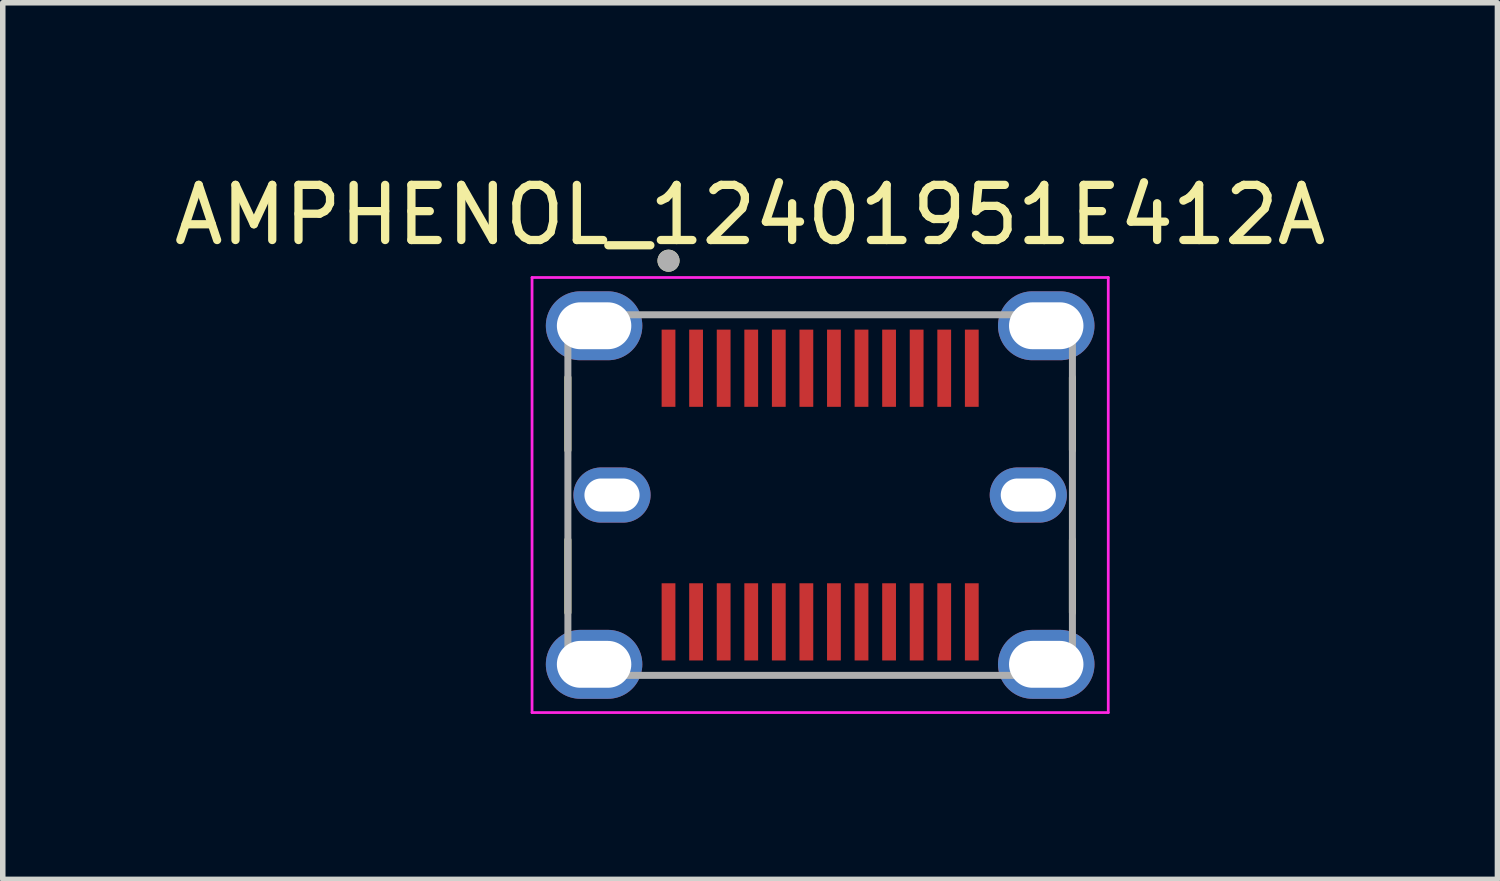
<source format=kicad_pcb>
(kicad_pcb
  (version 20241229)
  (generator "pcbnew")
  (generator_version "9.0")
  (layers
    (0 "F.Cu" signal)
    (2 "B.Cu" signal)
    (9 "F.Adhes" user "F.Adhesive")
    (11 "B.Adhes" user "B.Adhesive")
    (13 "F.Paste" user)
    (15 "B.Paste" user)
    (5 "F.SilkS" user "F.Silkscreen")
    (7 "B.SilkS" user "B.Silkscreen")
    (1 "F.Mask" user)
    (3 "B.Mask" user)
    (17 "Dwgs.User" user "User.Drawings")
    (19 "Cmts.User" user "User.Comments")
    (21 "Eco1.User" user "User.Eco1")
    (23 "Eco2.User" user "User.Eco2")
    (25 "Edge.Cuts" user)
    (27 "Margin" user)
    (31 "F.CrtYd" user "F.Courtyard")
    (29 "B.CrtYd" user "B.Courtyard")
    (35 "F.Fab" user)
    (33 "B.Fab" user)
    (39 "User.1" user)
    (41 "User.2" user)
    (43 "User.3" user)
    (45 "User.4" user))
  (footprint "AMPHENOL_12401951E412A"
    (layer "F.Cu")
    (at 11.824 5.928)
    (property "Reference" "AMPHENOL_12401951E412A" (at -1.27 -5.08 0) (layer "F.SilkS") (effects (font (size 1 1) (thickness 0.15))))
    (attr smd)
    (fp_line (start -4.575 -0.814) (end -4.575 -2.131) (stroke (width 0.127) (type solid)) (layer "F.SilkS"))
    (fp_line (start -4.575 0.814) (end -4.575 2.131) (stroke (width 0.127) (type solid)) (layer "F.SilkS"))
    (fp_line (start 4.575 -0.814) (end 4.575 -2.131) (stroke (width 0.127) (type solid)) (layer "F.SilkS"))
    (fp_line (start 4.575 0.814) (end 4.575 2.131) (stroke (width 0.127) (type solid)) (layer "F.SilkS"))
    (fp_circle (center -2.75 -4.25) (end -2.65 -4.25) (stroke (width 0.2) (type solid)) (fill no) (layer "F.SilkS"))
    (fp_line (start -5.225 -3.945) (end -5.225 3.945) (stroke (width 0.05) (type solid)) (layer "F.CrtYd"))
    (fp_line (start -5.225 3.945) (end 5.225 3.945) (stroke (width 0.05) (type solid)) (layer "F.CrtYd"))
    (fp_line (start 5.225 -3.945) (end -5.225 -3.945) (stroke (width 0.05) (type solid)) (layer "F.CrtYd"))
    (fp_line (start 5.225 3.945) (end 5.225 -3.945) (stroke (width 0.05) (type solid)) (layer "F.CrtYd"))
    (fp_line (start -4.575 -3.27) (end 4.575 -3.27) (stroke (width 0.127) (type solid)) (layer "F.Fab"))
    (fp_line (start -4.575 3.27) (end -4.575 -3.27) (stroke (width 0.127) (type solid)) (layer "F.Fab"))
    (fp_line (start 4.575 -3.27) (end 4.575 3.27) (stroke (width 0.127) (type solid)) (layer "F.Fab"))
    (fp_line (start 4.575 3.27) (end -4.575 3.27) (stroke (width 0.127) (type solid)) (layer "F.Fab"))
    (fp_circle (center -2.75 -4.25) (end -2.65 -4.25) (stroke (width 0.2) (type solid)) (fill no) (layer "F.Fab"))
    (pad "A1" smd rect (at -2.75 -2.3) (size 0.25 1.4) (layers "F.Cu" "F.Mask" "F.Paste"))
    (pad "A2" smd rect (at -2.25 -2.3) (size 0.25 1.4) (layers "F.Cu" "F.Mask" "F.Paste"))
    (pad "A3" smd rect (at -1.75 -2.3) (size 0.25 1.4) (layers "F.Cu" "F.Mask" "F.Paste"))
    (pad "A4" smd rect (at -1.25 -2.3) (size 0.25 1.4) (layers "F.Cu" "F.Mask" "F.Paste"))
    (pad "A5" smd rect (at -0.75 -2.3) (size 0.25 1.4) (layers "F.Cu" "F.Mask" "F.Paste"))
    (pad "A6" smd rect (at -0.25 -2.3) (size 0.25 1.4) (layers "F.Cu" "F.Mask" "F.Paste"))
    (pad "A7" smd rect (at 0.25 -2.3) (size 0.25 1.4) (layers "F.Cu" "F.Mask" "F.Paste"))
    (pad "A8" smd rect (at 0.75 -2.3) (size 0.25 1.4) (layers "F.Cu" "F.Mask" "F.Paste"))
    (pad "A9" smd rect (at 1.25 -2.3) (size 0.25 1.4) (layers "F.Cu" "F.Mask" "F.Paste"))
    (pad "A10" smd rect (at 1.75 -2.3) (size 0.25 1.4) (layers "F.Cu" "F.Mask" "F.Paste"))
    (pad "A11" smd rect (at 2.25 -2.3) (size 0.25 1.4) (layers "F.Cu" "F.Mask" "F.Paste"))
    (pad "A12" smd rect (at 2.75 -2.3) (size 0.25 1.4) (layers "F.Cu" "F.Mask" "F.Paste"))
    (pad "B1" smd rect (at 2.75 2.3) (size 0.25 1.4) (layers "F.Cu" "F.Mask" "F.Paste"))
    (pad "B2" smd rect (at 2.25 2.3) (size 0.25 1.4) (layers "F.Cu" "F.Mask" "F.Paste"))
    (pad "B3" smd rect (at 1.75 2.3) (size 0.25 1.4) (layers "F.Cu" "F.Mask" "F.Paste"))
    (pad "B4" smd rect (at 1.25 2.3) (size 0.25 1.4) (layers "F.Cu" "F.Mask" "F.Paste"))
    (pad "B5" smd rect (at 0.75 2.3) (size 0.25 1.4) (layers "F.Cu" "F.Mask" "F.Paste"))
    (pad "B6" smd rect (at 0.25 2.3) (size 0.25 1.4) (layers "F.Cu" "F.Mask" "F.Paste"))
    (pad "B7" smd rect (at -0.25 2.3) (size 0.25 1.4) (layers "F.Cu" "F.Mask" "F.Paste"))
    (pad "B8" smd rect (at -0.75 2.3) (size 0.25 1.4) (layers "F.Cu" "F.Mask" "F.Paste"))
    (pad "B9" smd rect (at -1.25 2.3) (size 0.25 1.4) (layers "F.Cu" "F.Mask" "F.Paste"))
    (pad "B10" smd rect (at -1.75 2.3) (size 0.25 1.4) (layers "F.Cu" "F.Mask" "F.Paste"))
    (pad "B11" smd rect (at -2.25 2.3) (size 0.25 1.4) (layers "F.Cu" "F.Mask" "F.Paste"))
    (pad "B12" smd rect (at -2.75 2.3) (size 0.25 1.4) (layers "F.Cu" "F.Mask" "F.Paste"))
    (pad "SH1" thru_hole oval (at -4.1 -3.07) (size 1.75 1.25) (drill oval 1.35 0.85) (layers "*.Cu" "*.Mask"))
    (pad "SH2" thru_hole oval (at 4.1 -3.07) (size 1.75 1.25) (drill oval 1.35 0.85) (layers "*.Cu" "*.Mask"))
    (pad "SH3" thru_hole oval (at -3.775 0) (size 1.4 1) (drill oval 1 0.6) (layers "*.Cu" "*.Mask"))
    (pad "SH4" thru_hole oval (at 3.775 0) (size 1.4 1) (drill oval 1 0.6) (layers "*.Cu" "*.Mask"))
    (pad "SH5" thru_hole oval (at -4.1 3.07) (size 1.75 1.25) (drill oval 1.35 0.85) (layers "*.Cu" "*.Mask"))
    (pad "SH6" thru_hole oval (at 4.1 3.07) (size 1.75 1.25) (drill oval 1.35 0.85) (layers "*.Cu" "*.Mask")))
  (gr_rect
    (start -3 -3)
    (end 24.107 12.898)
    (stroke (width 0.1) (type default))
    (fill no)
    (layer "Edge.Cuts")))
</source>
